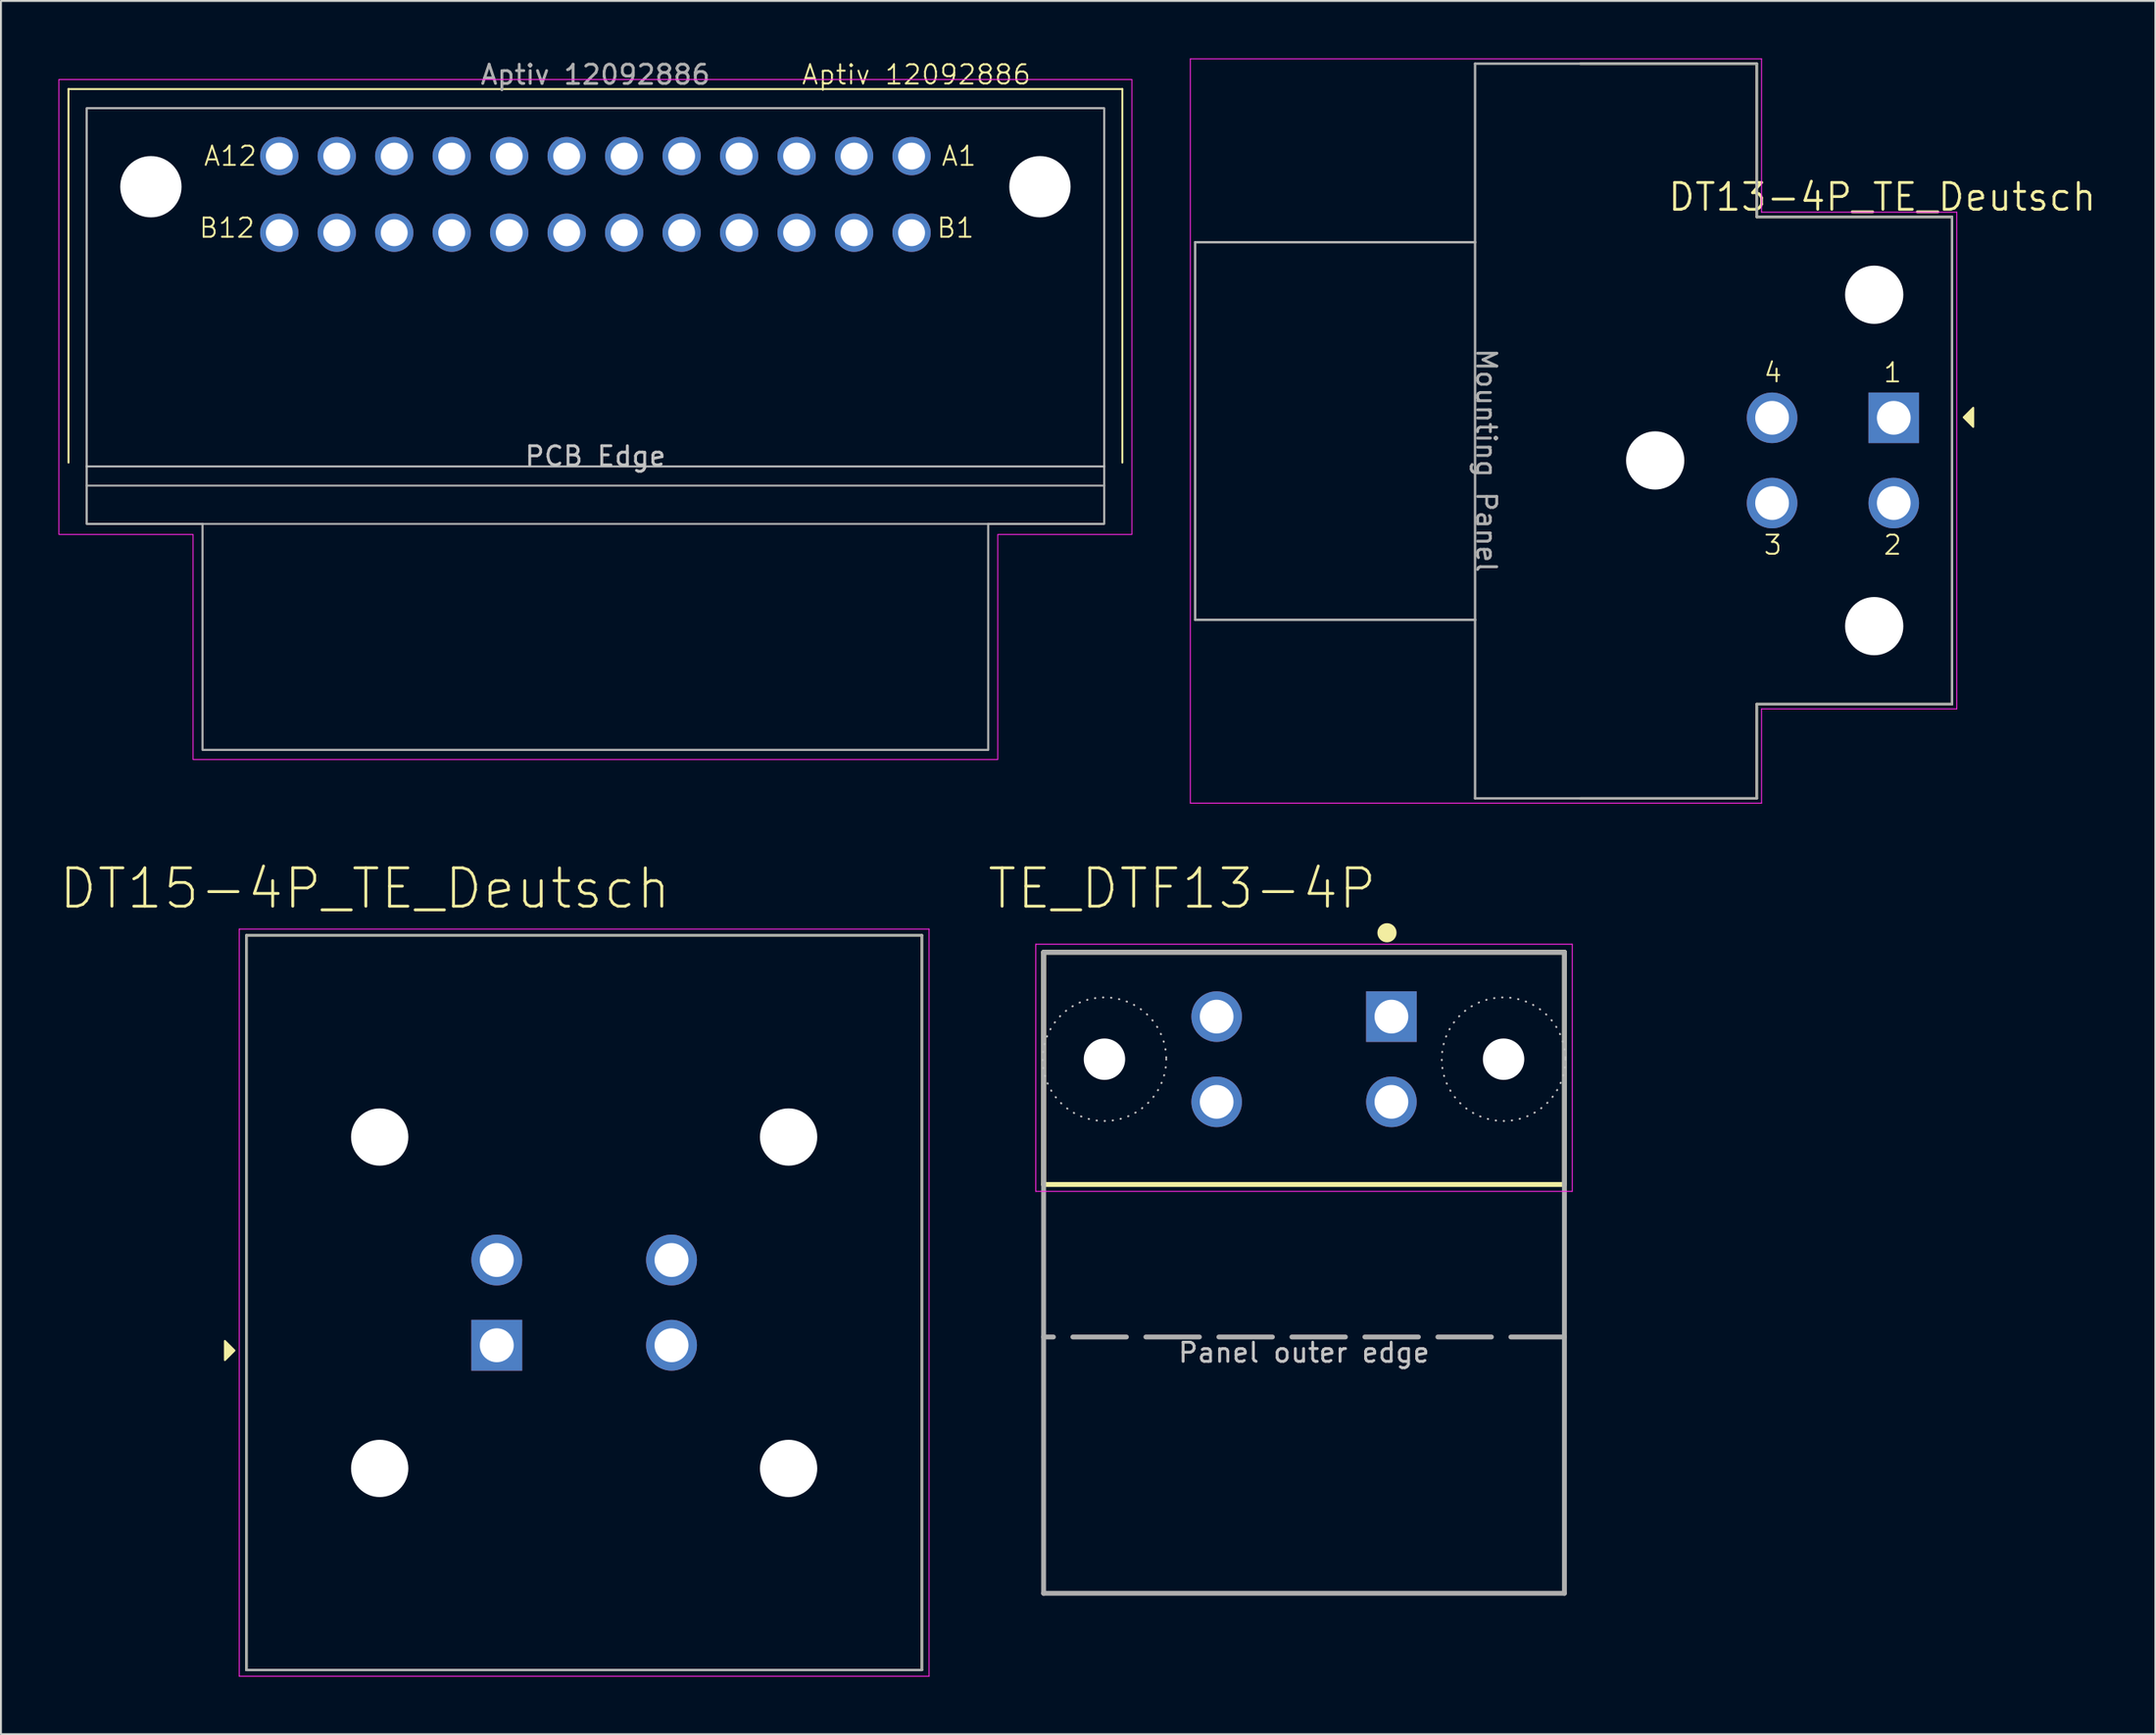
<source format=kicad_pcb>
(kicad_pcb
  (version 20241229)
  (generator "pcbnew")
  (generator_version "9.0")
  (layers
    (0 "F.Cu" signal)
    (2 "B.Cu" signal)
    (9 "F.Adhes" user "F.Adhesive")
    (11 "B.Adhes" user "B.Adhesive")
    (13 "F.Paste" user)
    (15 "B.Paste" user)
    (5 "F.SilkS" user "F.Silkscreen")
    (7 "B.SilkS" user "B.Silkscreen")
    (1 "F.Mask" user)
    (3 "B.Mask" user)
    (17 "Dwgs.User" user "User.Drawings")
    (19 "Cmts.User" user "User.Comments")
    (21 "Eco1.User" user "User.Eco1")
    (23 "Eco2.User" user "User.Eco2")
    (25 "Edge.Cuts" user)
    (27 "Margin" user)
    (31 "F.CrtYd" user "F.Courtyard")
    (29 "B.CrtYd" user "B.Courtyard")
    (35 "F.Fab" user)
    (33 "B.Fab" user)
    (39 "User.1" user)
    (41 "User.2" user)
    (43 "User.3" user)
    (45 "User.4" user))
  (footprint "Aptiv 12092886"
    (layer "F.Cu")
    (at 28.025 7.098)
    (property "Reference" "Aptiv 12092886" (at 16.75 -6.25 0) (unlocked yes) (layer "F.SilkS") (effects (font (size 1 1) (thickness 0.1))))
    (attr through_hole)
    (fp_line (start -27.5 -5.5) (end -27.5 14) (stroke (width 0.1) (type default)) (layer "F.SilkS"))
    (fp_line (start 27.5 -5.5) (end -27.5 -5.5) (stroke (width 0.1) (type default)) (layer "F.SilkS"))
    (fp_line (start 27.5 14) (end 27.5 -5.5) (stroke (width 0.1) (type default)) (layer "F.SilkS"))
    (fp_line (start -26.55 14.2) (end 26.55 14.2) (stroke (width 0.1) (type solid)) (layer "Dwgs.User"))
    (fp_poly (pts (xy 28 -6) (xy 28 17.75) (xy 21 17.75) (xy 21 29.5) (xy -21 29.5) (xy -21 17.75) (xy -28 17.75) (xy -28 -6)) (stroke (width 0.05) (type solid)) (fill no) (layer "F.CrtYd"))
    (fp_line (start 20.5 17.2) (end -20.5 17.2) (stroke (width 0.1) (type default)) (layer "F.Fab"))
    (fp_line (start 26.55 15.2) (end -26.55 15.2) (stroke (width 0.1) (type default)) (layer "F.Fab"))
    (fp_poly (pts (xy -26.55 -4.5) (xy 26.55 -4.5) (xy 26.55 17.2) (xy 20.5 17.2) (xy 20.5 29) (xy -20.5 29) (xy -20.5 17.2) (xy -26.55 17.2)) (stroke (width 0.1) (type solid)) (fill no) (layer "F.Fab"))
    (fp_poly (pts (xy -26.55 -4.5) (xy 26.55 -4.5) (xy 26.55 17.2) (xy 20.5 17.2) (xy 20.5 29) (xy -20.5 29) (xy -20.5 17.2) (xy -26.55 17.2)) (stroke (width 0.1) (type solid)) (fill no) (layer "F.Fab"))
    (fp_text user "A12" (at -20.5 -2 0) (unlocked yes) (layer "F.SilkS") (effects (font (size 1 1) (thickness 0.1)) (justify left)))
    (fp_text user "A1" (at 18 -2 0) (unlocked yes) (layer "F.SilkS") (effects (font (size 1 1) (thickness 0.1)) (justify left)))
    (fp_text user "B1" (at 17.75 1.75 0) (unlocked yes) (layer "F.SilkS") (effects (font (size 1 1) (thickness 0.1)) (justify left)))
    (fp_text user "B12" (at -20.75 1.75 0) (unlocked yes) (layer "F.SilkS") (effects (font (size 1 1) (thickness 0.1)) (justify left)))
    (fp_text user "PCB Edge" (at 0 14.25 0) (unlocked yes) (layer "Dwgs.User") (effects (font (size 1 1) (thickness 0.15)) (justify bottom)))
    (fp_text user "${REFERENCE}" (at 0 -6.25 0) (unlocked yes) (layer "F.Fab") (effects (font (size 1 1) (thickness 0.15))))
    (pad "" np_thru_hole circle (at -23.2 -0.4) (size 3.2 3.2) (drill 3.2) (layers "*.Cu" "*.Mask"))
    (pad "" np_thru_hole circle (at 23.2 -0.4) (size 3.2 3.2) (drill 3.2) (layers "*.Cu" "*.Mask"))
    (pad "A1" thru_hole circle (at 16.5 -2) (size 2 2) (drill 1.4) (layers "*.Cu" "*.Mask"))
    (pad "A2" thru_hole circle (at 13.5 -2) (size 2 2) (drill 1.4) (layers "*.Cu" "*.Mask"))
    (pad "A3" thru_hole circle (at 10.5 -2) (size 2 2) (drill 1.4) (layers "*.Cu" "*.Mask"))
    (pad "A4" thru_hole circle (at 7.5 -2) (size 2 2) (drill 1.4) (layers "*.Cu" "*.Mask"))
    (pad "A5" thru_hole circle (at 4.5 -2) (size 2 2) (drill 1.4) (layers "*.Cu" "*.Mask"))
    (pad "A6" thru_hole circle (at 1.5 -2) (size 2 2) (drill 1.4) (layers "*.Cu" "*.Mask"))
    (pad "A7" thru_hole circle (at -1.5 -2) (size 2 2) (drill 1.4) (layers "*.Cu" "*.Mask"))
    (pad "A8" thru_hole circle (at -4.5 -2) (size 2 2) (drill 1.4) (layers "*.Cu" "*.Mask"))
    (pad "A9" thru_hole circle (at -7.5 -2) (size 2 2) (drill 1.4) (layers "*.Cu" "*.Mask"))
    (pad "A10" thru_hole circle (at -10.5 -2) (size 2 2) (drill 1.4) (layers "*.Cu" "*.Mask"))
    (pad "A11" thru_hole circle (at -13.5 -2) (size 2 2) (drill 1.4) (layers "*.Cu" "*.Mask"))
    (pad "A12" thru_hole circle (at -16.5 -2) (size 2 2) (drill 1.4) (layers "*.Cu" "*.Mask"))
    (pad "B1" thru_hole circle (at 16.5 2) (size 2 2) (drill 1.4) (layers "*.Cu" "*.Mask"))
    (pad "B2" thru_hole circle (at 13.5 2) (size 2 2) (drill 1.4) (layers "*.Cu" "*.Mask"))
    (pad "B3" thru_hole circle (at 10.5 2) (size 2 2) (drill 1.4) (layers "*.Cu" "*.Mask"))
    (pad "B4" thru_hole circle (at 7.5 2) (size 2 2) (drill 1.4) (layers "*.Cu" "*.Mask"))
    (pad "B5" thru_hole circle (at 4.5 2) (size 2 2) (drill 1.4) (layers "*.Cu" "*.Mask"))
    (pad "B6" thru_hole circle (at 1.5 2) (size 2 2) (drill 1.4) (layers "*.Cu" "*.Mask"))
    (pad "B7" thru_hole circle (at -1.5 2) (size 2 2) (drill 1.4) (layers "*.Cu" "*.Mask"))
    (pad "B8" thru_hole circle (at -4.5 2) (size 2 2) (drill 1.4) (layers "*.Cu" "*.Mask"))
    (pad "B9" thru_hole circle (at -7.5 2) (size 2 2) (drill 1.4) (layers "*.Cu" "*.Mask"))
    (pad "B10" thru_hole circle (at -10.5 2) (size 2 2) (drill 1.4) (layers "*.Cu" "*.Mask"))
    (pad "B11" thru_hole circle (at -13.5 2) (size 2 2) (drill 1.4) (layers "*.Cu" "*.Mask"))
    (pad "B12" thru_hole circle (at -16.5 2) (size 2 2) (drill 1.4) (layers "*.Cu" "*.Mask")))
  (footprint "DT13-4P_TE_Deutsch"
    (layer "F.Cu")
    (at 89.435 20.985)
    (property "Reference" "DT13-4P_TE_Deutsch" (at 5.75 -13.75 0) (layer "F.SilkS") (effects (font (size 1.4 1.4) (thickness 0.15))))
    (attr through_hole)
    (fp_line (start -10 -20.71) (end -0.8 -20.71) (stroke (width 0.127) (type solid)) (layer "F.SilkS"))
    (fp_line (start -0.8 -20.71) (end -0.8 -12.71) (stroke (width 0.127) (type solid)) (layer "F.SilkS"))
    (fp_line (start -0.8 12.72) (end -0.8 17.64) (stroke (width 0.127) (type solid)) (layer "F.SilkS"))
    (fp_line (start -0.8 12.72) (end 9.39 12.72) (stroke (width 0.127) (type solid)) (layer "F.SilkS"))
    (fp_line (start -0.8 17.64) (end -10 17.64) (stroke (width 0.127) (type solid)) (layer "F.SilkS"))
    (fp_line (start 9.39 -12.71) (end -0.8 -12.71) (stroke (width 0.127) (type solid)) (layer "F.SilkS"))
    (fp_line (start 9.39 12.72) (end 9.39 -12.71) (stroke (width 0.127) (type solid)) (layer "F.SilkS"))
    (fp_poly (pts (xy 10 -2.25) (xy 10.5 -2.75) (xy 10.5 -1.75)) (stroke (width 0.1) (type solid)) (fill yes) (layer "F.SilkS"))
    (fp_line (start -30.36 -20.96) (end -30.36 17.89) (stroke (width 0.05) (type solid)) (layer "F.CrtYd"))
    (fp_line (start -30.36 17.89) (end -0.55 17.89) (stroke (width 0.05) (type solid)) (layer "F.CrtYd"))
    (fp_line (start -0.55 -20.96) (end -30.36 -20.96) (stroke (width 0.05) (type solid)) (layer "F.CrtYd"))
    (fp_line (start -0.55 -12.96) (end -0.55 -20.96) (stroke (width 0.05) (type solid)) (layer "F.CrtYd"))
    (fp_line (start -0.55 12.97) (end 9.64 12.97) (stroke (width 0.05) (type solid)) (layer "F.CrtYd"))
    (fp_line (start -0.55 17.89) (end -0.55 12.97) (stroke (width 0.05) (type solid)) (layer "F.CrtYd"))
    (fp_line (start 9.64 -12.96) (end -0.55 -12.96) (stroke (width 0.05) (type solid)) (layer "F.CrtYd"))
    (fp_line (start 9.64 12.97) (end 9.64 -12.96) (stroke (width 0.05) (type solid)) (layer "F.CrtYd"))
    (fp_line (start -30.11 -11.39) (end -15.5 -11.39) (stroke (width 0.127) (type solid)) (layer "F.Fab"))
    (fp_line (start -30.11 8.32) (end -30.11 -11.39) (stroke (width 0.127) (type solid)) (layer "F.Fab"))
    (fp_line (start -15.5 -20.71) (end -0.8 -20.71) (stroke (width 0.127) (type solid)) (layer "F.Fab"))
    (fp_line (start -15.5 -11.39) (end -15.5 -20.71) (stroke (width 0.127) (type solid)) (layer "F.Fab"))
    (fp_line (start -15.5 8.32) (end -30.11 8.32) (stroke (width 0.127) (type solid)) (layer "F.Fab"))
    (fp_line (start -15.5 8.32) (end -15.5 -11.39) (stroke (width 0.127) (type solid)) (layer "F.Fab"))
    (fp_line (start -15.5 17.64) (end -15.5 8.32) (stroke (width 0.127) (type solid)) (layer "F.Fab"))
    (fp_line (start -0.8 -20.71) (end -0.8 -12.71) (stroke (width 0.127) (type solid)) (layer "F.Fab"))
    (fp_line (start -0.8 12.72) (end -0.8 17.64) (stroke (width 0.127) (type solid)) (layer "F.Fab"))
    (fp_line (start -0.8 12.72) (end 9.39 12.72) (stroke (width 0.127) (type solid)) (layer "F.Fab"))
    (fp_line (start -0.8 17.64) (end -15.5 17.64) (stroke (width 0.127) (type solid)) (layer "F.Fab"))
    (fp_line (start 9.39 -12.71) (end -0.8 -12.71) (stroke (width 0.127) (type solid)) (layer "F.Fab"))
    (fp_line (start 9.39 12.72) (end 9.39 -12.71) (stroke (width 0.127) (type solid)) (layer "F.Fab"))
    (fp_text user "3" (at -0.5 5 0) (unlocked yes) (layer "F.SilkS") (effects (font (size 1 1) (thickness 0.1)) (justify left bottom)))
    (fp_text user "1" (at 5.75 -4 0) (unlocked yes) (layer "F.SilkS") (effects (font (size 1 1) (thickness 0.1)) (justify left bottom)))
    (fp_text user "2" (at 5.75 5 0) (unlocked yes) (layer "F.SilkS") (effects (font (size 1 1) (thickness 0.1)) (justify left bottom)))
    (fp_text user "4" (at -0.5 -4 0) (unlocked yes) (layer "F.SilkS") (effects (font (size 1 1) (thickness 0.1)) (justify left bottom)))
    (fp_text user "Mounting Panel" (at -15.5 0 270) (unlocked yes) (layer "F.Fab") (effects (font (size 1 1) (thickness 0.15)) (justify bottom)))
    (pad "" np_thru_hole circle (at -6.1 0) (size 3.04 3.04) (drill 3.04) (layers "*.Cu" "*.Mask"))
    (pad "" np_thru_hole circle (at 5.33 -8.65) (size 3.04 3.04) (drill 3.04) (layers "*.Cu" "*.Mask"))
    (pad "" np_thru_hole circle (at 5.33 8.65) (size 3.04 3.04) (drill 3.04) (layers "*.Cu" "*.Mask"))
    (pad "1" thru_hole rect (at 6.35 -2.225) (size 2.64 2.64) (drill 1.76) (layers "*.Cu" "*.Mask"))
    (pad "2" thru_hole circle (at 6.35 2.225) (size 2.64 2.64) (drill 1.76) (layers "*.Cu" "*.Mask"))
    (pad "3" thru_hole circle (at 0 2.225) (size 2.64 2.64) (drill 1.76) (layers "*.Cu" "*.Mask"))
    (pad "4" thru_hole circle (at 0 -2.225) (size 2.64 2.64) (drill 1.76) (layers "*.Cu" "*.Mask")))
  (footprint "DT15-4P_TE_Deutsch"
    (layer "F.Cu")
    (at 27.437 64.948)
    (property "Reference" "DT15-4P_TE_Deutsch" (at -11.442 -21.613 0) (layer "F.SilkS") (effects (font (size 2.002 2.002) (thickness 0.15))))
    (attr through_hole)
    (fp_line (start -17.625 -19.175) (end -17.625 19.175) (stroke (width 0.127) (type solid)) (layer "F.SilkS"))
    (fp_line (start -17.625 19.175) (end 17.625 19.175) (stroke (width 0.127) (type solid)) (layer "F.SilkS"))
    (fp_line (start 17.625 -19.175) (end -17.625 -19.175) (stroke (width 0.127) (type solid)) (layer "F.SilkS"))
    (fp_line (start 17.625 19.175) (end 17.625 -19.175) (stroke (width 0.127) (type solid)) (layer "F.SilkS"))
    (fp_poly (pts (xy -18.25 2.5) (xy -18.75 2) (xy -18.75 3)) (stroke (width 0.1) (type solid)) (fill yes) (layer "F.SilkS"))
    (fp_line (start -18 -19.5) (end 18 -19.5) (stroke (width 0.05) (type solid)) (layer "F.CrtYd"))
    (fp_line (start -18 19.5) (end -18 -19.5) (stroke (width 0.05) (type solid)) (layer "F.CrtYd"))
    (fp_line (start 18 -19.5) (end 18 19.5) (stroke (width 0.05) (type solid)) (layer "F.CrtYd"))
    (fp_line (start 18 19.5) (end -18 19.5) (stroke (width 0.05) (type solid)) (layer "F.CrtYd"))
    (fp_line (start -17.625 -19.175) (end -17.625 19.175) (stroke (width 0.127) (type solid)) (layer "F.Fab"))
    (fp_line (start -17.625 19.175) (end 17.625 19.175) (stroke (width 0.127) (type solid)) (layer "F.Fab"))
    (fp_line (start 17.625 -19.175) (end -17.625 -19.175) (stroke (width 0.127) (type solid)) (layer "F.Fab"))
    (fp_line (start 17.625 19.175) (end 17.625 -19.175) (stroke (width 0.127) (type solid)) (layer "F.Fab"))
    (pad "" np_thru_hole circle (at -10.67 -8.645) (size 2.99 2.99) (drill 2.99) (layers "*.Cu" "*.Mask"))
    (pad "" np_thru_hole circle (at -10.67 8.655) (size 2.99 2.99) (drill 2.99) (layers "*.Cu" "*.Mask"))
    (pad "" np_thru_hole circle (at 10.67 -8.645) (size 2.99 2.99) (drill 2.99) (layers "*.Cu" "*.Mask"))
    (pad "" np_thru_hole circle (at 10.67 8.655) (size 2.99 2.99) (drill 2.99) (layers "*.Cu" "*.Mask"))
    (pad "1" thru_hole rect (at -4.56 2.225) (size 2.655 2.655) (drill 1.77) (layers "*.Cu" "*.Mask"))
    (pad "2" thru_hole circle (at -4.56 -2.225) (size 2.655 2.655) (drill 1.77) (layers "*.Cu" "*.Mask"))
    (pad "3" thru_hole circle (at 4.56 -2.225) (size 2.655 2.655) (drill 1.77) (layers "*.Cu" "*.Mask"))
    (pad "4" thru_hole circle (at 4.56 2.225) (size 2.655 2.655) (drill 1.77) (layers "*.Cu" "*.Mask")))
  (footprint "TE_DTF13-4P"
    (layer "F.Cu")
    (at 65.007 52.24)
    (property "Reference" "TE_DTF13-4P" (at -6.361 -8.905 0) (layer "F.SilkS") (effects (font (size 2.003 2.003) (thickness 0.15))))
    (attr through_hole)
    (fp_line (start -13.59 -5.58) (end 13.59 -5.58) (stroke (width 0.254) (type solid)) (layer "F.SilkS"))
    (fp_line (start -13.59 6.541) (end -13.59 -5.58) (stroke (width 0.254) (type solid)) (layer "F.SilkS"))
    (fp_line (start 13.59 -5.58) (end 13.59 6.541) (stroke (width 0.254) (type solid)) (layer "F.SilkS"))
    (fp_line (start 13.59 6.541) (end -13.59 6.541) (stroke (width 0.254) (type solid)) (layer "F.SilkS"))
    (fp_circle (center 4.33 -6.6) (end 4.58 -6.6) (stroke (width 0.5) (type solid)) (fill no) (layer "F.SilkS"))
    (fp_circle (center -10.415 0) (end -7.19 0) (stroke (width 0.1) (type dot)) (fill no) (layer "Dwgs.User"))
    (fp_circle (center 10.415 0) (end 13.64 0) (stroke (width 0.1) (type dot)) (fill no) (layer "Dwgs.User"))
    (fp_line (start -14 -6) (end 14 -6) (stroke (width 0.05) (type solid)) (layer "F.CrtYd"))
    (fp_line (start -14 6.9) (end -14 -6) (stroke (width 0.05) (type solid)) (layer "F.CrtYd"))
    (fp_line (start 14 -6) (end 14 6.9) (stroke (width 0.05) (type solid)) (layer "F.CrtYd"))
    (fp_line (start 14 6.9) (end -14 6.9) (stroke (width 0.05) (type solid)) (layer "F.CrtYd"))
    (fp_line (start -13.59 -5.58) (end 13.59 -5.58) (stroke (width 0.254) (type solid)) (layer "F.Fab"))
    (fp_line (start -13.59 27.88) (end -13.59 -5.58) (stroke (width 0.254) (type solid)) (layer "F.Fab"))
    (fp_line (start 13.59 -5.58) (end 13.59 27.88) (stroke (width 0.254) (type solid)) (layer "F.Fab"))
    (fp_line (start 13.59 14.5) (end -13.59 14.5) (stroke (width 0.254) (type dash)) (layer "F.Fab"))
    (fp_line (start 13.59 27.88) (end -13.59 27.88) (stroke (width 0.254) (type solid)) (layer "F.Fab"))
    (fp_text user "Panel outer edge" (at 0 14.732 0) (unlocked yes) (layer "Dwgs.User") (effects (font (size 1 1) (thickness 0.15)) (justify top)))
    (pad "" np_thru_hole circle (at -10.415 0) (size 2.16 2.16) (drill 2.16) (layers "*.Cu" "*.Mask"))
    (pad "" np_thru_hole circle (at 10.415 0) (size 2.16 2.16) (drill 2.16) (layers "*.Cu" "*.Mask"))
    (pad "1" thru_hole rect (at 4.561 -2.223) (size 2.64 2.64) (drill 1.76) (layers "*.Cu" "*.Mask"))
    (pad "2" thru_hole circle (at 4.561 2.227) (size 2.64 2.64) (drill 1.76) (layers "*.Cu" "*.Mask"))
    (pad "3" thru_hole circle (at -4.559 2.227) (size 2.64 2.64) (drill 1.76) (layers "*.Cu" "*.Mask"))
    (pad "4" thru_hole circle (at -4.559 -2.223) (size 2.64 2.64) (drill 1.76) (layers "*.Cu" "*.Mask")))
  (gr_rect
    (start -3 -3)
    (end 109.437 87.473)
    (stroke (width 0.1) (type default))
    (fill no)
    (layer "Edge.Cuts")))
</source>
